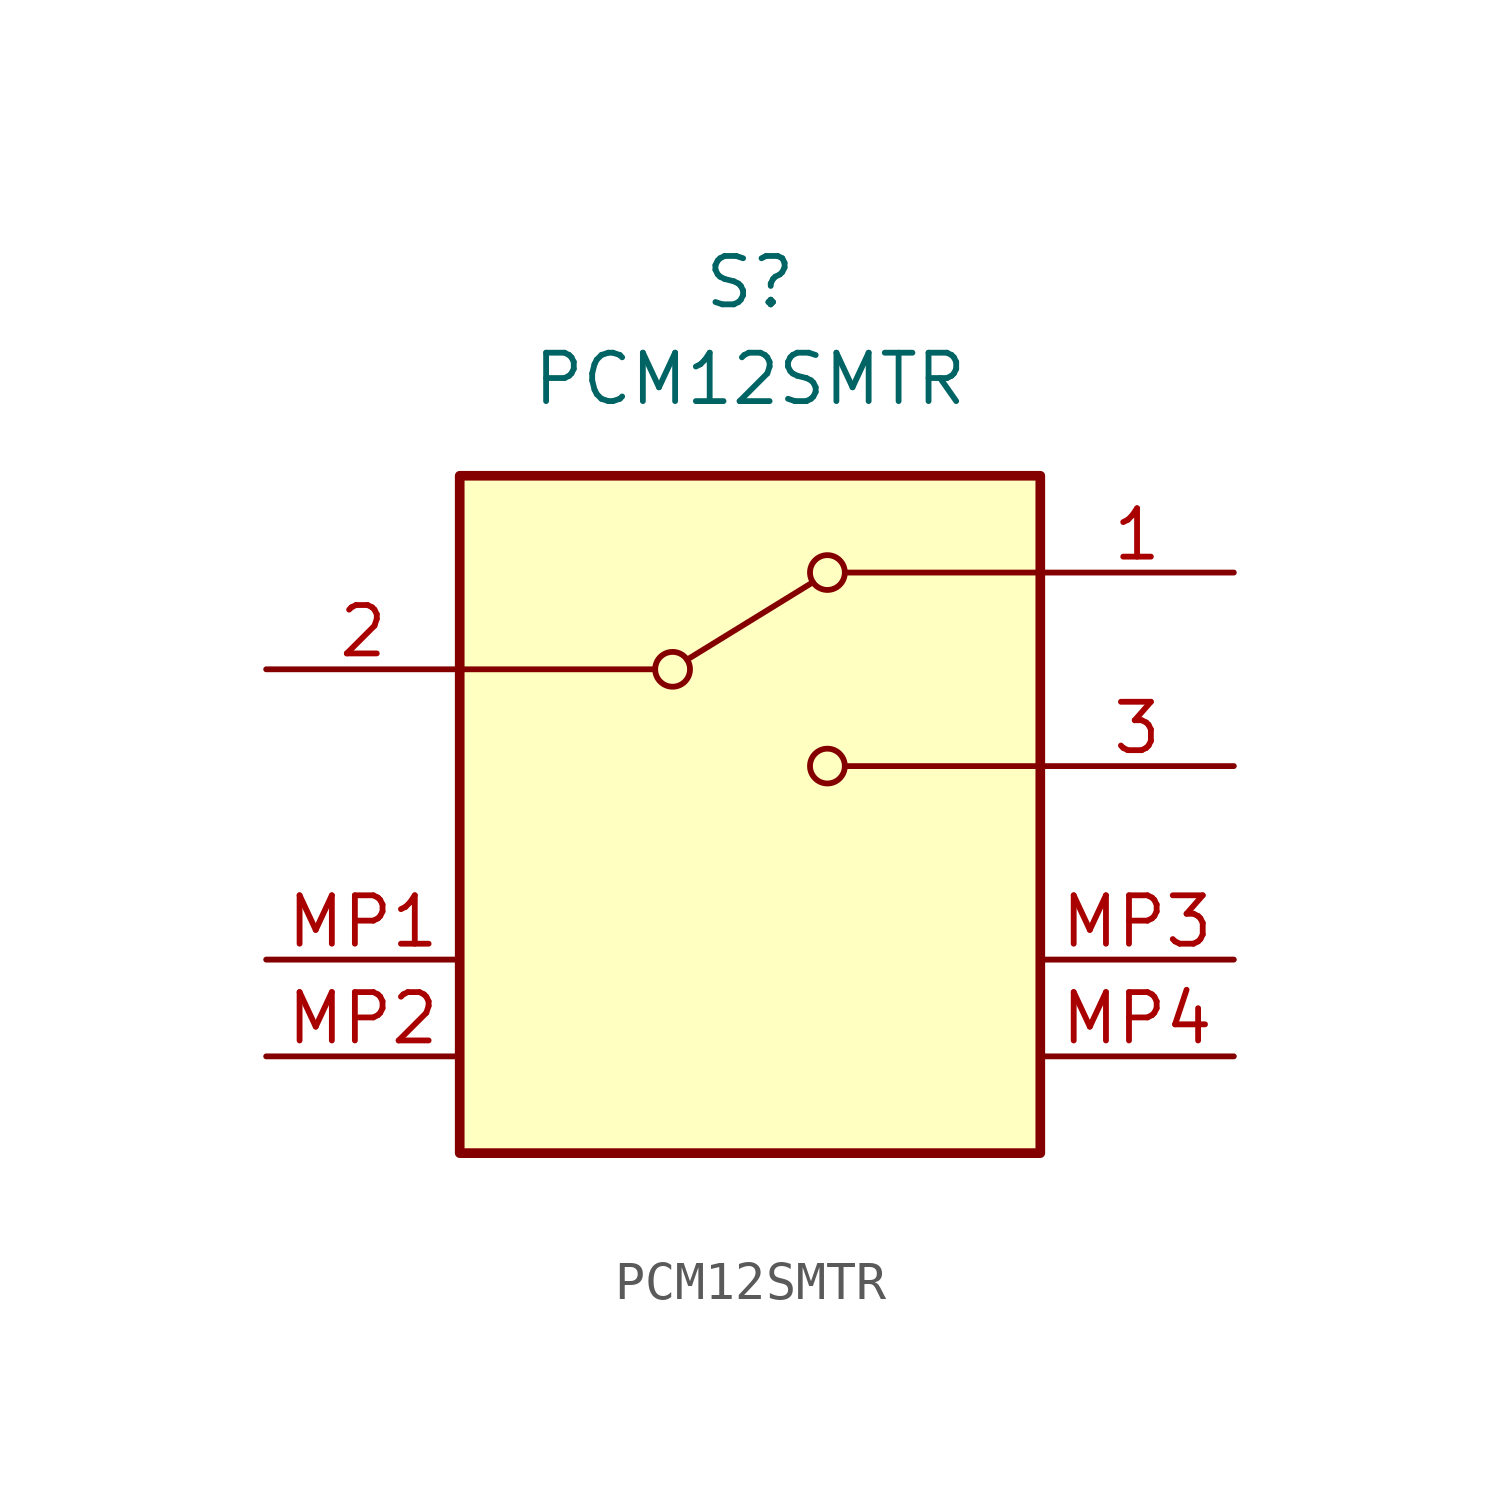
<source format=kicad_sym>
(kicad_symbol_lib
  (version 20231120)
  (generator "kicad_symbol_editor")
  (generator_version "8.0")
  (symbol "PCM12SMTR"
    (pin_names hide)
    (property "Reference" "S"
      (at 0 5.08 0)
      (effects (font (size 1.27 1.27))))
    (property "Value" "PCM12SMTR"
      (at 0 2.54 0)
      (effects (font (size 1.27 1.27))))
    (symbol "PCM12SMTR_0_1"
      (circle (center -2.032 -5.08) (radius 0.457) (stroke (width 0) (type default)) (fill (type none)))
      (polyline (pts (xy -7.62 -5.08) (xy -2.54 -5.08)) (stroke (width 0) (type default)) (fill (type none)))
      (polyline (pts (xy -1.651 -4.826) (xy 1.651 -2.794)) (stroke (width 0) (type default)) (fill (type none)))
      (polyline (pts (xy 7.62 -7.62) (xy 2.54 -7.62)) (stroke (width 0) (type default)) (fill (type none)))
      (polyline (pts (xy 7.62 -7.62) (xy 7.62 -7.62)) (stroke (width 0) (type default)) (fill (type none)))
      (polyline (pts (xy 7.62 -7.62) (xy 7.62 -7.62)) (stroke (width 0) (type default)) (fill (type none)))
      (polyline (pts (xy 7.62 -2.54) (xy 2.54 -2.54)) (stroke (width 0) (type default)) (fill (type none)))
      (circle (center 2.032 -7.62) (radius 0.457) (stroke (width 0) (type default)) (fill (type none)))
      (circle (center 2.032 -2.54) (radius 0.457) (stroke (width 0) (type default)) (fill (type none))))
    (symbol "PCM12SMTR_1_1"
      (rectangle (start -7.62 0) (end 7.62 -17.78) (stroke (width 0.254) (type default)) (fill (type background)))
      (pin passive line (at 12.7 -2.54 180) (length 5.08) (name "A" (effects (font (size 1.27 1.27)))) (number "1" (effects (font (size 1.27 1.27)))))
      (pin passive line (at -12.7 -5.08 0) (length 5.08) (name "B" (effects (font (size 1.27 1.27)))) (number "2" (effects (font (size 1.27 1.27)))))
      (pin passive line (at 12.7 -7.62 180) (length 5.08) (name "C" (effects (font (size 1.27 1.27)))) (number "3" (effects (font (size 1.27 1.27)))))
      (pin passive line (at -12.7 -12.7 0) (length 5.08) (name "MP1" (effects (font (size 1.27 1.27)))) (number "MP1" (effects (font (size 1.27 1.27)))))
      (pin passive line (at -12.7 -15.24 0) (length 5.08) (name "MP2" (effects (font (size 1.27 1.27)))) (number "MP2" (effects (font (size 1.27 1.27)))))
      (pin passive line (at 12.7 -12.7 180) (length 5.08) (name "MP3" (effects (font (size 1.27 1.27)))) (number "MP3" (effects (font (size 1.27 1.27)))))
      (pin passive line (at 12.7 -15.24 180) (length 5.08) (name "MP4" (effects (font (size 1.27 1.27)))) (number "MP4" (effects (font (size 1.27 1.27))))))))
</source>
